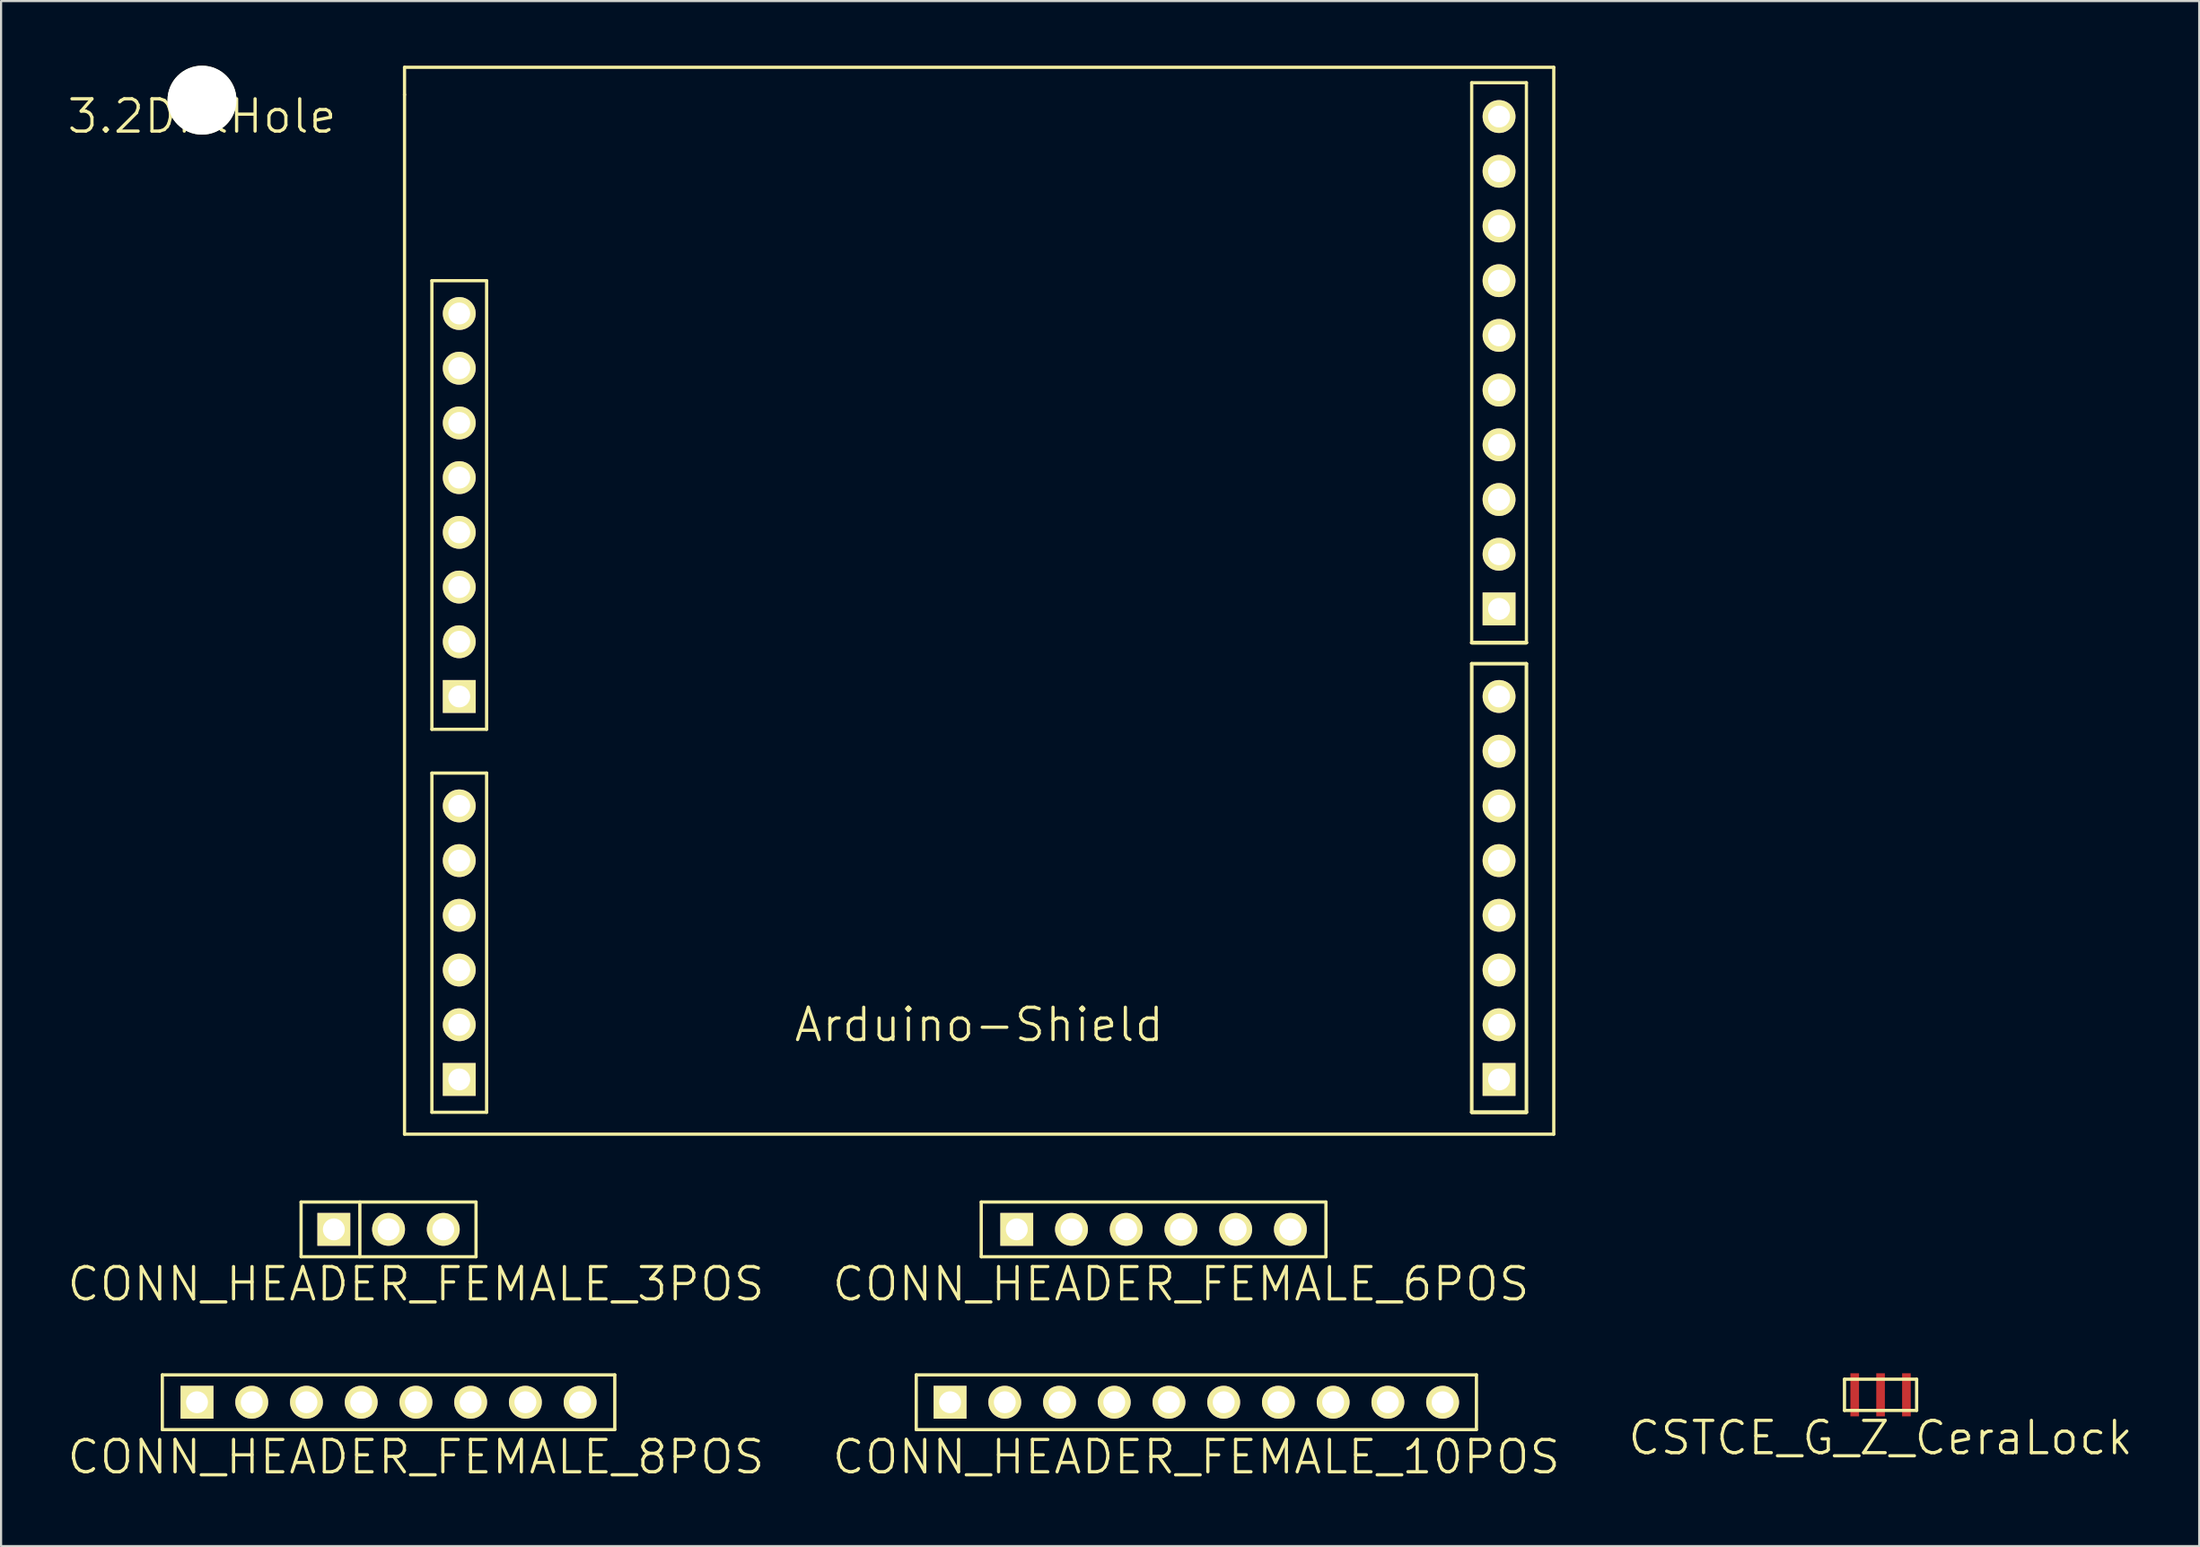
<source format=kicad_pcb>
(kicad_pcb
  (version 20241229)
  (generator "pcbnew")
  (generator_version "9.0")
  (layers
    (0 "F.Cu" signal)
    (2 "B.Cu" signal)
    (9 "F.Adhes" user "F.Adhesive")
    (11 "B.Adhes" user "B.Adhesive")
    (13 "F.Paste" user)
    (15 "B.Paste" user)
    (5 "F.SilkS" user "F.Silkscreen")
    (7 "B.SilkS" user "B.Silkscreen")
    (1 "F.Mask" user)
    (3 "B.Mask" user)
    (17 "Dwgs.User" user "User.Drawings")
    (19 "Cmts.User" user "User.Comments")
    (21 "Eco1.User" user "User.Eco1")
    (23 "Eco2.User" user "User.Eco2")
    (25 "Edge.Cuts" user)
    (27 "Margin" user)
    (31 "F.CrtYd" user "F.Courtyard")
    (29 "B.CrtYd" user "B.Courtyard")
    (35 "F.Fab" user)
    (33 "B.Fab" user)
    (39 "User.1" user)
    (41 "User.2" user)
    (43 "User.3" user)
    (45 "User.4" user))
  (footprint "3.2DrilHole"
    (layer "F.Cu")
    (at 6.325 1.6)
    (property "Reference" "3.2DrilHole" (at 0 0.75 0) (layer "F.SilkS") (effects (font (size 1.5 1.5) (thickness 0.15))))
    (attr through_hole)
    (pad "" np_thru_hole circle (at 0 0) (size 3.2 3.2) (drill 3.2) (layers "*.Cu" "*.Mask" "F.SilkS")))
  (footprint "CONN_HEADER_FEMALE_8POS"
    (layer "F.Cu")
    (at 14.984 62.051)
    (property "Reference" "CONN_HEADER_FEMALE_8POS" (at 1.27 2.54 0) (layer "F.SilkS") (effects (font (size 1.5 1.5) (thickness 0.15))))
    (attr through_hole)
    (fp_line (start -10.5 -1.27) (end -10.5 1.27) (stroke (width 0.15) (type solid)) (layer "F.SilkS"))
    (fp_line (start -10.5 -1.27) (end 10.5 -1.27) (stroke (width 0.15) (type solid)) (layer "F.SilkS"))
    (fp_line (start -10.5 1.27) (end 10.5 1.27) (stroke (width 0.15) (type solid)) (layer "F.SilkS"))
    (fp_line (start 10.5 -1.27) (end 10.5 1.27) (stroke (width 0.15) (type solid)) (layer "F.SilkS"))
    (pad "1" thru_hole trapezoid (at -8.89 0) (size 1.524 1.524) (drill 1.016) (layers "*.Cu" "*.Mask" "F.SilkS"))
    (pad "2" thru_hole circle (at -6.35 0) (size 1.524 1.524) (drill 1.016) (layers "*.Cu" "*.Mask" "F.SilkS"))
    (pad "3" thru_hole circle (at -3.81 0) (size 1.524 1.524) (drill 1.016) (layers "*.Cu" "*.Mask" "F.SilkS"))
    (pad "4" thru_hole circle (at -1.27 0) (size 1.524 1.524) (drill 1.016) (layers "*.Cu" "*.Mask" "F.SilkS"))
    (pad "5" thru_hole circle (at 1.27 0) (size 1.524 1.524) (drill 1.016) (layers "*.Cu" "*.Mask" "F.SilkS"))
    (pad "6" thru_hole circle (at 3.81 0) (size 1.524 1.524) (drill 1.016) (layers "*.Cu" "*.Mask" "F.SilkS"))
    (pad "7" thru_hole circle (at 6.35 0) (size 1.524 1.524) (drill 1.016) (layers "*.Cu" "*.Mask" "F.SilkS"))
    (pad "8" thru_hole circle (at 8.89 0) (size 1.524 1.524) (drill 1.016) (layers "*.Cu" "*.Mask" "F.SilkS")))
  (footprint "CONN_HEADER_FEMALE_3POS"
    (layer "F.Cu")
    (at 14.984 54.025)
    (property "Reference" "CONN_HEADER_FEMALE_3POS" (at 1.27 2.54 0) (layer "F.SilkS") (effects (font (size 1.5 1.5) (thickness 0.15))))
    (attr through_hole)
    (fp_line (start -4.06 -1.27) (end -4.06 1.27) (stroke (width 0.15) (type solid)) (layer "F.SilkS"))
    (fp_line (start -4.06 -1.27) (end 4.06 -1.27) (stroke (width 0.15) (type solid)) (layer "F.SilkS"))
    (fp_line (start -4.06 1.27) (end 4.06 1.27) (stroke (width 0.15) (type solid)) (layer "F.SilkS"))
    (fp_line (start -1.332 -1.27) (end -1.332 1.27) (stroke (width 0.15) (type solid)) (layer "F.SilkS"))
    (fp_line (start 4.06 1.27) (end 4.06 -1.27) (stroke (width 0.15) (type solid)) (layer "F.SilkS"))
    (pad "1" thru_hole trapezoid (at -2.54 0) (size 1.524 1.524) (drill 1.016) (layers "*.Cu" "*.Mask" "F.SilkS"))
    (pad "2" thru_hole circle (at 0 0) (size 1.524 1.524) (drill 1.016) (layers "*.Cu" "*.Mask" "F.SilkS"))
    (pad "3" thru_hole circle (at 2.54 0) (size 1.524 1.524) (drill 1.016) (layers "*.Cu" "*.Mask" "F.SilkS")))
  (footprint "Arduino-Shield"
    (layer "F.Cu")
    (at 41.125 28.015)
    (property "Reference" "Arduino-Shield" (at 1.27 16.51 180) (layer "F.SilkS") (effects (font (size 1.5 1.5) (thickness 0.15))))
    (attr through_hole)
    (fp_line (start -25.4 -27.94) (end 27.94 -27.94) (stroke (width 0.15) (type solid)) (layer "F.SilkS"))
    (fp_line (start -25.4 -26.67) (end -25.4 -27.94) (stroke (width 0.15) (type solid)) (layer "F.SilkS"))
    (fp_line (start -25.4 21.59) (end -25.4 -26.67) (stroke (width 0.15) (type solid)) (layer "F.SilkS"))
    (fp_line (start -24.13 -18.034) (end -24.13 2.794) (stroke (width 0.15) (type solid)) (layer "F.SilkS"))
    (fp_line (start -24.13 4.826) (end -21.59 4.826) (stroke (width 0.15) (type solid)) (layer "F.SilkS"))
    (fp_line (start -24.13 20.574) (end -24.13 4.826) (stroke (width 0.15) (type solid)) (layer "F.SilkS"))
    (fp_line (start -24.13 20.574) (end -21.59 20.574) (stroke (width 0.15) (type solid)) (layer "F.SilkS"))
    (fp_line (start -21.59 -18.034) (end -24.13 -18.034) (stroke (width 0.15) (type solid)) (layer "F.SilkS"))
    (fp_line (start -21.59 -18.034) (end -21.59 2.794) (stroke (width 0.15) (type solid)) (layer "F.SilkS"))
    (fp_line (start -21.59 2.794) (end -24.13 2.794) (stroke (width 0.15) (type solid)) (layer "F.SilkS"))
    (fp_line (start -21.59 20.574) (end -21.59 4.826) (stroke (width 0.15) (type solid)) (layer "F.SilkS"))
    (fp_line (start 24.13 -27.224) (end 24.13 -1.224) (stroke (width 0.15) (type solid)) (layer "F.SilkS"))
    (fp_line (start 24.13 -0.254) (end 24.13 20.574) (stroke (width 0.15) (type solid)) (layer "F.SilkS"))
    (fp_line (start 24.13 -0.254) (end 24.13 20.574) (stroke (width 0.15) (type solid)) (layer "F.SilkS"))
    (fp_line (start 26.67 -27.224) (end 24.13 -27.224) (stroke (width 0.15) (type solid)) (layer "F.SilkS"))
    (fp_line (start 26.67 -27.224) (end 26.67 -1.224) (stroke (width 0.15) (type solid)) (layer "F.SilkS"))
    (fp_line (start 26.67 -1.224) (end 24.13 -1.224) (stroke (width 0.15) (type solid)) (layer "F.SilkS"))
    (fp_line (start 26.67 -1.224) (end 24.13 -1.224) (stroke (width 0.15) (type solid)) (layer "F.SilkS"))
    (fp_line (start 26.67 -1.224) (end 24.13 -1.224) (stroke (width 0.15) (type solid)) (layer "F.SilkS"))
    (fp_line (start 26.67 -1.224) (end 24.13 -1.224) (stroke (width 0.15) (type solid)) (layer "F.SilkS"))
    (fp_line (start 26.67 -0.254) (end 24.13 -0.254) (stroke (width 0.15) (type solid)) (layer "F.SilkS"))
    (fp_line (start 26.67 -0.254) (end 24.13 -0.254) (stroke (width 0.15) (type solid)) (layer "F.SilkS"))
    (fp_line (start 26.67 -0.254) (end 26.67 20.574) (stroke (width 0.15) (type solid)) (layer "F.SilkS"))
    (fp_line (start 26.67 -0.254) (end 26.67 20.574) (stroke (width 0.15) (type solid)) (layer "F.SilkS"))
    (fp_line (start 26.67 20.574) (end 24.13 20.574) (stroke (width 0.15) (type solid)) (layer "F.SilkS"))
    (fp_line (start 26.67 20.574) (end 24.13 20.574) (stroke (width 0.15) (type solid)) (layer "F.SilkS"))
    (fp_line (start 26.67 20.574) (end 24.13 20.574) (stroke (width 0.15) (type solid)) (layer "F.SilkS"))
    (fp_line (start 26.67 20.574) (end 24.13 20.574) (stroke (width 0.15) (type solid)) (layer "F.SilkS"))
    (fp_line (start 27.94 -27.94) (end 27.94 21.59) (stroke (width 0.15) (type solid)) (layer "F.SilkS"))
    (fp_line (start 27.94 21.59) (end -25.4 21.59) (stroke (width 0.15) (type solid)) (layer "F.SilkS"))
    (pad "0" thru_hole trapezoid (at 25.4 19.05) (size 1.524 1.524) (drill 1.016) (layers "*.Cu" "*.Mask" "F.SilkS"))
    (pad "1" thru_hole circle (at 25.4 16.51) (size 1.524 1.524) (drill 1.016) (layers "*.Cu" "*.Mask" "F.SilkS"))
    (pad "2" thru_hole circle (at 25.4 13.97) (size 1.524 1.524) (drill 1.016) (layers "*.Cu" "*.Mask" "F.SilkS"))
    (pad "3" thru_hole circle (at 25.4 11.43) (size 1.524 1.524) (drill 1.016) (layers "*.Cu" "*.Mask" "F.SilkS"))
    (pad "4" thru_hole circle (at 25.4 8.89) (size 1.524 1.524) (drill 1.016) (layers "*.Cu" "*.Mask" "F.SilkS"))
    (pad "5" thru_hole circle (at 25.4 6.35) (size 1.524 1.524) (drill 1.016) (layers "*.Cu" "*.Mask" "F.SilkS"))
    (pad "6" thru_hole circle (at 25.4 3.81) (size 1.524 1.524) (drill 1.016) (layers "*.Cu" "*.Mask" "F.SilkS"))
    (pad "7" thru_hole circle (at 25.4 1.27) (size 1.524 1.524) (drill 1.016) (layers "*.Cu" "*.Mask" "F.SilkS"))
    (pad "8" thru_hole trapezoid (at 25.4 -2.794 270) (size 1.524 1.524) (drill 1.016) (layers "*.Cu" "*.Mask" "F.SilkS"))
    (pad "9" thru_hole circle (at 25.4 -5.334 270) (size 1.524 1.524) (drill 1.016) (layers "*.Cu" "*.Mask" "F.SilkS"))
    (pad "10" thru_hole circle (at 25.4 -7.874 270) (size 1.524 1.524) (drill 1.016) (layers "*.Cu" "*.Mask" "F.SilkS"))
    (pad "11" thru_hole circle (at 25.4 -10.414 270) (size 1.524 1.524) (drill 1.016) (layers "*.Cu" "*.Mask" "F.SilkS"))
    (pad "12" thru_hole circle (at 25.4 -12.954 270) (size 1.524 1.524) (drill 1.016) (layers "*.Cu" "*.Mask" "F.SilkS"))
    (pad "13" thru_hole circle (at 25.4 -15.494 270) (size 1.524 1.524) (drill 1.016) (layers "*.Cu" "*.Mask" "F.SilkS"))
    (pad "14" thru_hole circle (at 25.4 -18.034 270) (size 1.524 1.524) (drill 1.016) (layers "*.Cu" "*.Mask" "F.SilkS"))
    (pad "15" thru_hole circle (at 25.4 -20.574 270) (size 1.524 1.524) (drill 1.016) (layers "*.Cu" "*.Mask" "F.SilkS"))
    (pad "16" thru_hole circle (at 25.4 -23.114 270) (size 1.524 1.524) (drill 1.016) (layers "*.Cu" "*.Mask" "F.SilkS"))
    (pad "17" thru_hole circle (at 25.4 -25.654 270) (size 1.524 1.524) (drill 1.016) (layers "*.Cu" "*.Mask" "F.SilkS"))
    (pad "18" thru_hole trapezoid (at -22.86 19.05 180) (size 1.524 1.524) (drill 1.016) (layers "*.Cu" "*.Mask" "F.SilkS"))
    (pad "19" thru_hole circle (at -22.86 16.51 180) (size 1.524 1.524) (drill 1.016) (layers "*.Cu" "*.Mask" "F.SilkS"))
    (pad "20" thru_hole circle (at -22.86 13.97 180) (size 1.524 1.524) (drill 1.016) (layers "*.Cu" "*.Mask" "F.SilkS"))
    (pad "21" thru_hole circle (at -22.86 11.43 180) (size 1.524 1.524) (drill 1.016) (layers "*.Cu" "*.Mask" "F.SilkS"))
    (pad "22" thru_hole circle (at -22.86 8.89 180) (size 1.524 1.524) (drill 1.016) (layers "*.Cu" "*.Mask" "F.SilkS"))
    (pad "23" thru_hole circle (at -22.86 6.35 180) (size 1.524 1.524) (drill 1.016) (layers "*.Cu" "*.Mask" "F.SilkS"))
    (pad "24" thru_hole trapezoid (at -22.86 1.27) (size 1.524 1.524) (drill 1.016) (layers "*.Cu" "*.Mask" "F.SilkS"))
    (pad "25" thru_hole circle (at -22.86 -1.27) (size 1.524 1.524) (drill 1.016) (layers "*.Cu" "*.Mask" "F.SilkS"))
    (pad "26" thru_hole circle (at -22.86 -3.81) (size 1.524 1.524) (drill 1.016) (layers "*.Cu" "*.Mask" "F.SilkS"))
    (pad "27" thru_hole circle (at -22.86 -6.35) (size 1.524 1.524) (drill 1.016) (layers "*.Cu" "*.Mask" "F.SilkS"))
    (pad "28" thru_hole circle (at -22.86 -8.89) (size 1.524 1.524) (drill 1.016) (layers "*.Cu" "*.Mask" "F.SilkS"))
    (pad "29" thru_hole circle (at -22.86 -11.43) (size 1.524 1.524) (drill 1.016) (layers "*.Cu" "*.Mask" "F.SilkS"))
    (pad "30" thru_hole circle (at -22.86 -13.97) (size 1.524 1.524) (drill 1.016) (layers "*.Cu" "*.Mask" "F.SilkS"))
    (pad "31" thru_hole circle (at -22.86 -16.51) (size 1.524 1.524) (drill 1.016) (layers "*.Cu" "*.Mask" "F.SilkS")))
  (footprint "CONN_HEADER_FEMALE_6POS"
    (layer "F.Cu")
    (at 50.491 54.025)
    (property "Reference" "CONN_HEADER_FEMALE_6POS" (at 1.27 2.54 0) (layer "F.SilkS") (effects (font (size 1.5 1.5) (thickness 0.15))))
    (attr through_hole)
    (fp_line (start -8 -1.27) (end -8 1.27) (stroke (width 0.15) (type solid)) (layer "F.SilkS"))
    (fp_line (start -8 -1.27) (end 8 -1.27) (stroke (width 0.15) (type solid)) (layer "F.SilkS"))
    (fp_line (start -8 1.27) (end 8 1.27) (stroke (width 0.15) (type solid)) (layer "F.SilkS"))
    (fp_line (start 8 -1.27) (end 8 1.27) (stroke (width 0.15) (type solid)) (layer "F.SilkS"))
    (pad "1" thru_hole trapezoid (at -6.35 0) (size 1.524 1.524) (drill 1.016) (layers "*.Cu" "*.Mask" "F.SilkS"))
    (pad "2" thru_hole circle (at -3.81 0) (size 1.524 1.524) (drill 1.016) (layers "*.Cu" "*.Mask" "F.SilkS"))
    (pad "3" thru_hole circle (at -1.27 0) (size 1.524 1.524) (drill 1.016) (layers "*.Cu" "*.Mask" "F.SilkS"))
    (pad "4" thru_hole circle (at 1.27 0) (size 1.524 1.524) (drill 1.016) (layers "*.Cu" "*.Mask" "F.SilkS"))
    (pad "5" thru_hole circle (at 3.81 0) (size 1.524 1.524) (drill 1.016) (layers "*.Cu" "*.Mask" "F.SilkS"))
    (pad "6" thru_hole circle (at 6.35 0) (size 1.524 1.524) (drill 1.016) (layers "*.Cu" "*.Mask" "F.SilkS")))
  (footprint "CSTCE_G_Z_CeraLock"
    (layer "F.Cu")
    (at 84.232 61.706)
    (property "Reference" "CSTCE_G_Z_CeraLock" (at 0 2 0) (layer "F.SilkS") (effects (font (size 1.5 1.5) (thickness 0.15))))
    (attr through_hole)
    (fp_line (start -1.675 -0.725) (end -1.675 0.725) (stroke (width 0.15) (type solid)) (layer "F.SilkS"))
    (fp_line (start -1.675 -0.725) (end 1.675 -0.725) (stroke (width 0.15) (type solid)) (layer "F.SilkS"))
    (fp_line (start -1.675 0.725) (end 1.675 0.725) (stroke (width 0.15) (type solid)) (layer "F.SilkS"))
    (fp_line (start 1.675 -0.725) (end 1.675 0.725) (stroke (width 0.15) (type solid)) (layer "F.SilkS"))
    (pad "1" smd trapezoid (at -1.2 0) (size 0.4 2) (layers "F.Cu" "F.Mask" "F.Paste"))
    (pad "2" smd trapezoid (at 1.2 0) (size 0.4 2) (layers "F.Cu" "F.Mask" "F.Paste"))
    (pad "3" smd trapezoid (at 0 0) (size 0.4 2) (layers "F.Cu" "F.Mask" "F.Paste")))
  (footprint "CONN_HEADER_FEMALE_10POS"
    (layer "F.Cu")
    (at 52.475 62.051)
    (property "Reference" "CONN_HEADER_FEMALE_10POS" (at 0 2.54 0) (layer "F.SilkS") (effects (font (size 1.5 1.5) (thickness 0.15))))
    (attr through_hole)
    (fp_line (start -13 -1.27) (end -13 1.27) (stroke (width 0.15) (type solid)) (layer "F.SilkS"))
    (fp_line (start -13 -1.27) (end 13 -1.27) (stroke (width 0.15) (type solid)) (layer "F.SilkS"))
    (fp_line (start -13 1.27) (end 13 1.27) (stroke (width 0.15) (type solid)) (layer "F.SilkS"))
    (fp_line (start 13 -1.27) (end 13 1.27) (stroke (width 0.15) (type solid)) (layer "F.SilkS"))
    (pad "1" thru_hole trapezoid (at -11.43 0) (size 1.524 1.524) (drill 1.016) (layers "*.Cu" "*.Mask" "F.SilkS"))
    (pad "2" thru_hole circle (at -8.89 0) (size 1.524 1.524) (drill 1.016) (layers "*.Cu" "*.Mask" "F.SilkS"))
    (pad "3" thru_hole circle (at -6.35 0) (size 1.524 1.524) (drill 1.016) (layers "*.Cu" "*.Mask" "F.SilkS"))
    (pad "4" thru_hole circle (at -3.81 0) (size 1.524 1.524) (drill 1.016) (layers "*.Cu" "*.Mask" "F.SilkS"))
    (pad "5" thru_hole circle (at -1.27 0) (size 1.524 1.524) (drill 1.016) (layers "*.Cu" "*.Mask" "F.SilkS"))
    (pad "6" thru_hole circle (at 1.27 0) (size 1.524 1.524) (drill 1.016) (layers "*.Cu" "*.Mask" "F.SilkS"))
    (pad "7" thru_hole circle (at 3.81 0) (size 1.524 1.524) (drill 1.016) (layers "*.Cu" "*.Mask" "F.SilkS"))
    (pad "8" thru_hole circle (at 6.35 0) (size 1.524 1.524) (drill 1.016) (layers "*.Cu" "*.Mask" "F.SilkS"))
    (pad "9" thru_hole circle (at 8.89 0) (size 1.524 1.524) (drill 1.016) (layers "*.Cu" "*.Mask" "F.SilkS"))
    (pad "10" thru_hole circle (at 11.43 0) (size 1.524 1.524) (drill 1.016) (layers "*.Cu" "*.Mask" "F.SilkS")))
  (gr_rect
    (start -3 -3)
    (end 99.021 68.731)
    (stroke (width 0.1) (type default))
    (fill no)
    (layer "Edge.Cuts")))
</source>
